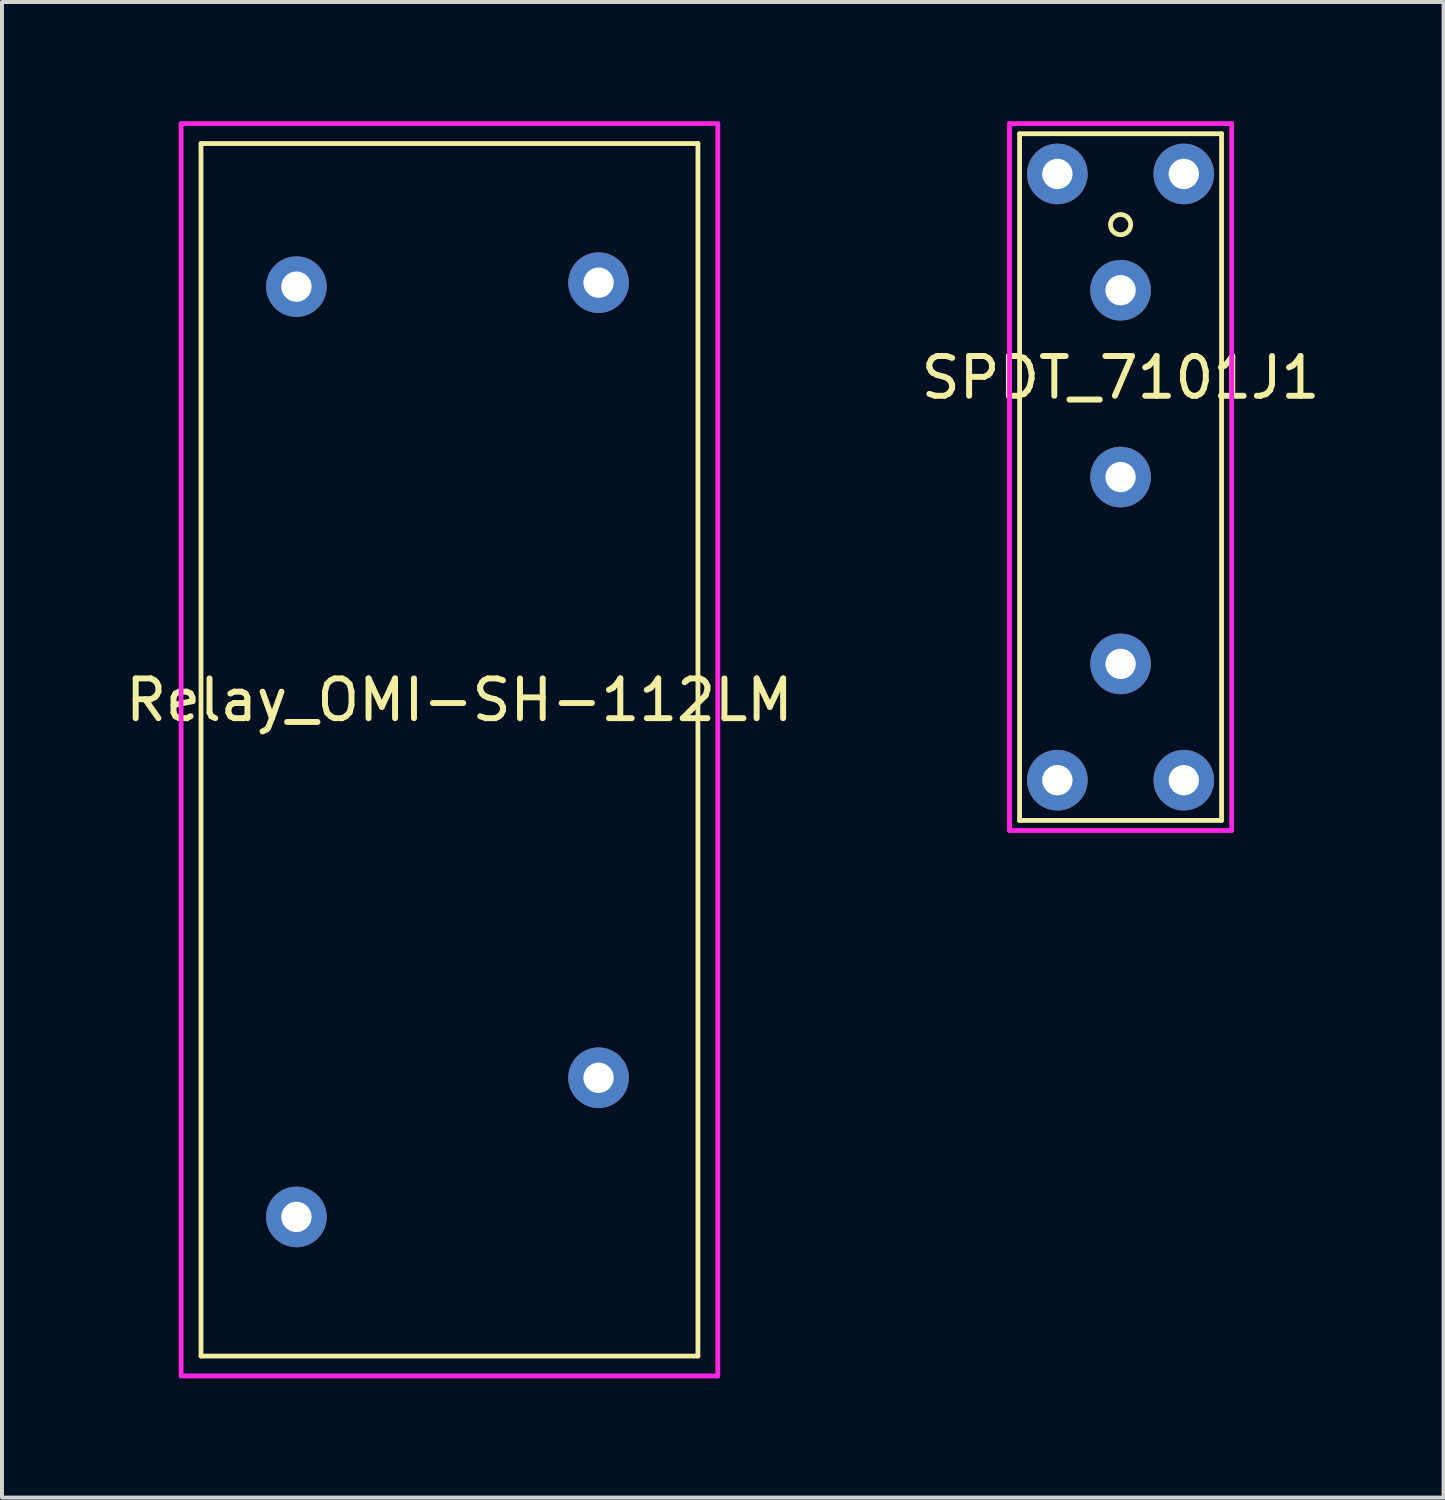
<source format=kicad_pcb>
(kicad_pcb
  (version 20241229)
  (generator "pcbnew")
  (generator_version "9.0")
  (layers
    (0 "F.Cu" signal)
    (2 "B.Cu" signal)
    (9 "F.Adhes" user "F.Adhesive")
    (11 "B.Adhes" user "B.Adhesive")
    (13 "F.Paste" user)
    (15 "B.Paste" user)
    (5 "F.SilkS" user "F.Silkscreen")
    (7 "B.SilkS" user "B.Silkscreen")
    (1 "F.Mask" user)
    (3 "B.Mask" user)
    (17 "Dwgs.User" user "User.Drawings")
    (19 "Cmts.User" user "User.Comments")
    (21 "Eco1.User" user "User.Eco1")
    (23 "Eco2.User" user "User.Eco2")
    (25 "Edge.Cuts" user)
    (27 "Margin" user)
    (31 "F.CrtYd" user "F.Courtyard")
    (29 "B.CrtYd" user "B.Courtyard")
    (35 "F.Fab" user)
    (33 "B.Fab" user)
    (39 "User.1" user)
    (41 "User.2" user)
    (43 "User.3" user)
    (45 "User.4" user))
  (footprint "SPDT_7101J1"
    (layer "F.Cu")
    (at 25.137 8.95)
    (property "Reference" "SPDT_7101J1" (at 0 -2.5 0) (layer "F.SilkS") (effects (font (size 1 1) (thickness 0.15))))
    (attr through_hole)
    (fp_line (start -2.54 -8.636) (end -2.54 8.636) (stroke (width 0.12) (type solid)) (layer "F.SilkS"))
    (fp_line (start -2.54 -8.636) (end 2.54 -8.636) (stroke (width 0.12) (type solid)) (layer "F.SilkS"))
    (fp_line (start -2.54 8.636) (end 2.54 8.636) (stroke (width 0.12) (type solid)) (layer "F.SilkS"))
    (fp_line (start 2.54 8.636) (end 2.54 -8.636) (stroke (width 0.12) (type solid)) (layer "F.SilkS"))
    (fp_circle (center 0 -6.35) (end 0 -6.096) (stroke (width 0.12) (type solid)) (fill no) (layer "F.SilkS"))
    (fp_line (start -2.794 -8.89) (end -2.794 8.89) (stroke (width 0.12) (type solid)) (layer "F.CrtYd"))
    (fp_line (start -2.794 8.89) (end 2.794 8.89) (stroke (width 0.12) (type solid)) (layer "F.CrtYd"))
    (fp_line (start 2.794 -8.89) (end -2.794 -8.89) (stroke (width 0.12) (type solid)) (layer "F.CrtYd"))
    (fp_line (start 2.794 8.89) (end 2.794 -8.89) (stroke (width 0.12) (type solid)) (layer "F.CrtYd"))
    (pad "0" thru_hole circle (at -1.59 -7.625) (size 1.524 1.524) (drill 0.762) (layers "*.Cu" "*.Mask"))
    (pad "0" thru_hole circle (at -1.59 7.625) (size 1.524 1.524) (drill 0.762) (layers "*.Cu" "*.Mask"))
    (pad "0" thru_hole circle (at 1.59 -7.625) (size 1.524 1.524) (drill 0.762) (layers "*.Cu" "*.Mask"))
    (pad "0" thru_hole circle (at 1.59 7.625) (size 1.524 1.524) (drill 0.762) (layers "*.Cu" "*.Mask"))
    (pad "1" thru_hole circle (at 0 -4.7) (size 1.524 1.524) (drill 0.762) (layers "*.Cu" "*.Mask"))
    (pad "2" thru_hole circle (at 0 0) (size 1.524 1.524) (drill 0.762) (layers "*.Cu" "*.Mask"))
    (pad "3" thru_hole circle (at 0 4.7) (size 1.524 1.524) (drill 0.762) (layers "*.Cu" "*.Mask")))
  (footprint "Relay_OMI-SH-112LM"
    (layer "F.Cu")
    (at 12.006 4.06)
    (property "Reference" "Relay_OMI-SH-112LM" (at -3.5 10.5 0) (layer "F.SilkS") (effects (font (size 1 1) (thickness 0.15))))
    (attr through_hole)
    (fp_line (start -10 -3.5) (end -10 27) (stroke (width 0.12) (type solid)) (layer "F.SilkS"))
    (fp_line (start -10 -3.5) (end 2.5 -3.5) (stroke (width 0.12) (type solid)) (layer "F.SilkS"))
    (fp_line (start -10 27) (end 2.5 27) (stroke (width 0.12) (type solid)) (layer "F.SilkS"))
    (fp_line (start 2.5 27) (end 2.5 -3.5) (stroke (width 0.12) (type solid)) (layer "F.SilkS"))
    (fp_line (start -10.5 -4) (end -10.5 27.5) (stroke (width 0.12) (type solid)) (layer "F.CrtYd"))
    (fp_line (start -10.5 27.5) (end 3 27.5) (stroke (width 0.12) (type solid)) (layer "F.CrtYd"))
    (fp_line (start 3 -4) (end -10.5 -4) (stroke (width 0.12) (type solid)) (layer "F.CrtYd"))
    (fp_line (start 3 27.5) (end 3 -4) (stroke (width 0.12) (type solid)) (layer "F.CrtYd"))
    (pad "1" thru_hole circle (at -7.6 0.1) (size 1.524 1.524) (drill 0.762) (layers "*.Cu" "*.Mask"))
    (pad "3" thru_hole circle (at -7.6 23.5) (size 1.524 1.524) (drill 0.762) (layers "*.Cu" "*.Mask"))
    (pad "5" thru_hole circle (at 0 20) (size 1.524 1.524) (drill 0.762) (layers "*.Cu" "*.Mask"))
    (pad "6" thru_hole circle (at 0 0) (size 1.524 1.524) (drill 0.762) (layers "*.Cu" "*.Mask")))
  (gr_rect
    (start -3 -3)
    (end 33.262 34.62)
    (stroke (width 0.1) (type default))
    (fill no)
    (layer "Edge.Cuts")))
</source>
